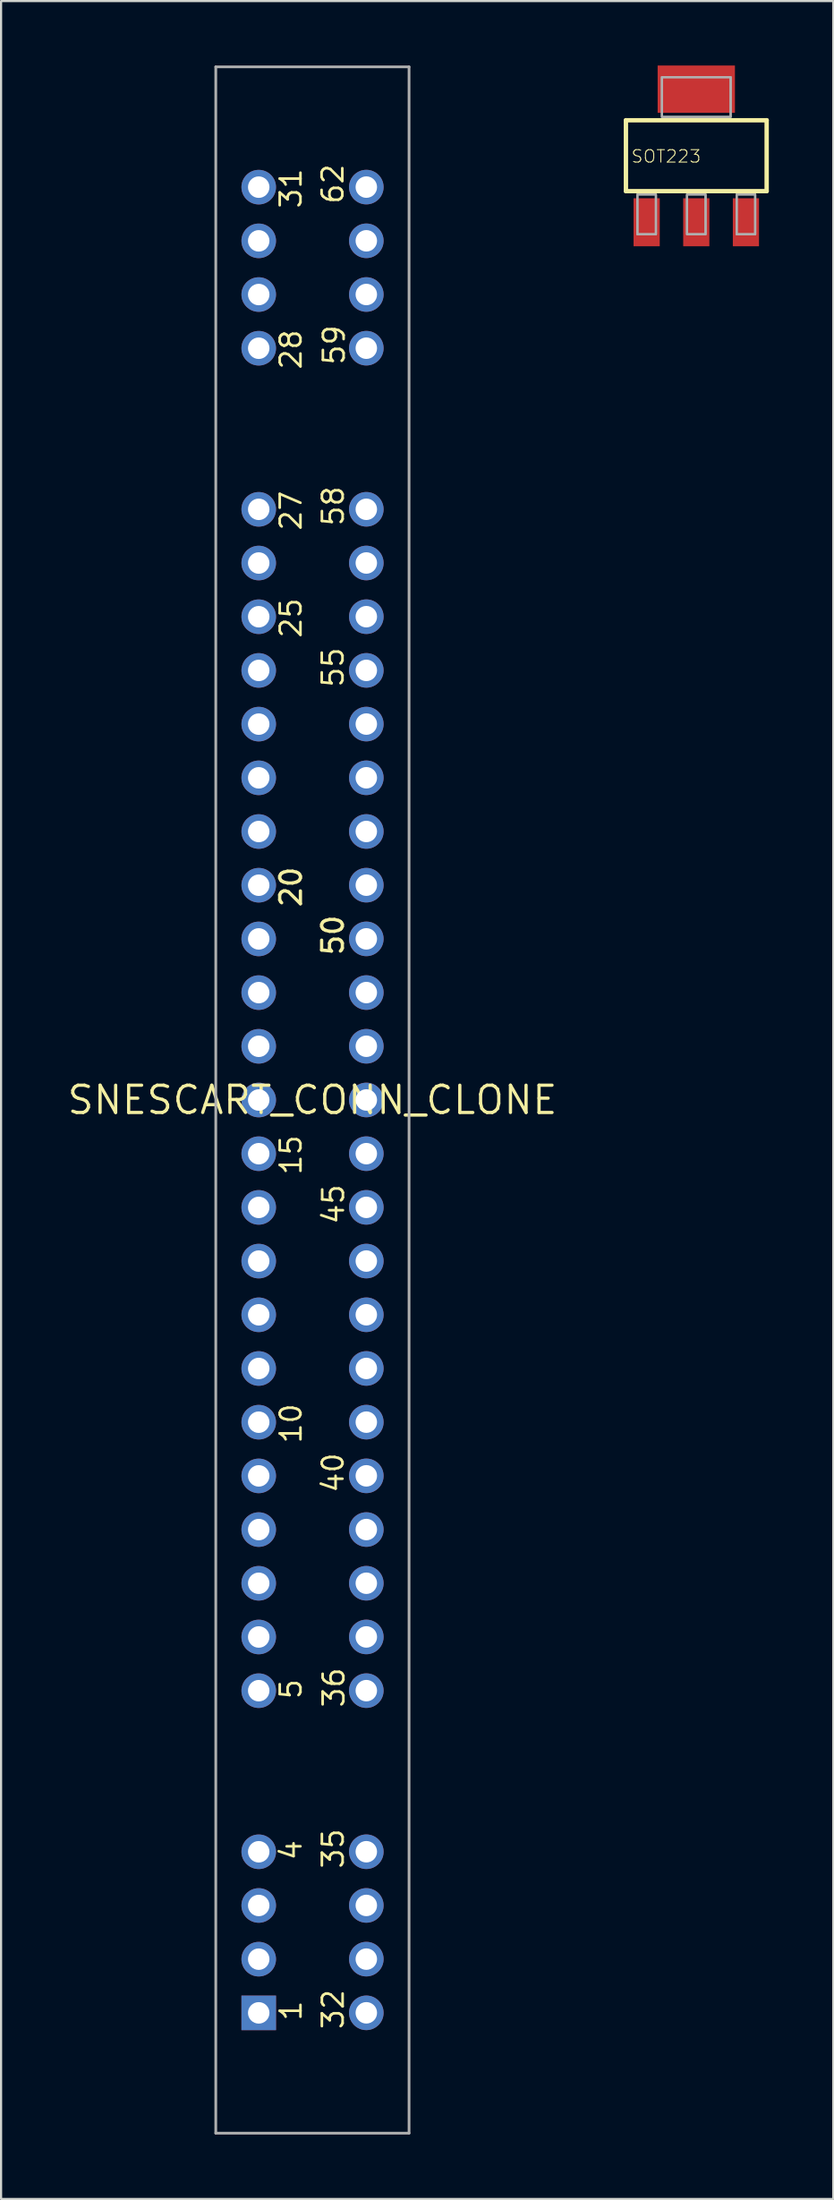
<source format=kicad_pcb>
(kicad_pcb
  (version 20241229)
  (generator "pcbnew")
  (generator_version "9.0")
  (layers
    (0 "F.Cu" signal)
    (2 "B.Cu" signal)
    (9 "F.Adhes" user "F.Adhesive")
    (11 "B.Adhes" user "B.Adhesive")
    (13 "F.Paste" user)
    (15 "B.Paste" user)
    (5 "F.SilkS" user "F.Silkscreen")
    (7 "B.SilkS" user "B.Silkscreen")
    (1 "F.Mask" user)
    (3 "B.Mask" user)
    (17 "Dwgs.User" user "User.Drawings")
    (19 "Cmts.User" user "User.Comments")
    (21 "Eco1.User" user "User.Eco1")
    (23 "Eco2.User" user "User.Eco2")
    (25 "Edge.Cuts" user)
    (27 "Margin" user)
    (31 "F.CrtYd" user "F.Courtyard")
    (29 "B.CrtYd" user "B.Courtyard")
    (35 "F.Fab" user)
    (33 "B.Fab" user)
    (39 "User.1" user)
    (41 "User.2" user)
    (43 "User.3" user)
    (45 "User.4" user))
  (footprint "SOT223"
    (layer "F.Cu")
    (at 29.374 4.199)
    (property "Reference" "SOT223" (at -3.06 0.37 0) (layer "F.SilkS") (effects (font (size 0.579 0.579) (thickness 0.046)) (justify left bottom)))
    (attr through_hole)
    (fp_line (start -3.277 -1.651) (end 3.277 -1.651) (stroke (width 0.203) (type solid)) (layer "F.SilkS"))
    (fp_line (start -3.277 1.651) (end -3.277 -1.651) (stroke (width 0.203) (type solid)) (layer "F.SilkS"))
    (fp_line (start 3.277 -1.651) (end 3.277 1.651) (stroke (width 0.203) (type solid)) (layer "F.SilkS"))
    (fp_line (start 3.277 1.651) (end -3.277 1.651) (stroke (width 0.203) (type solid)) (layer "F.SilkS"))
    (fp_poly (pts (xy -2.743 3.658) (xy -1.88 3.658) (xy -1.88 1.803) (xy -2.743 1.803)) (stroke (width 0.1) (type solid)) (fill no) (layer "F.Fab"))
    (fp_poly (pts (xy -2.743 3.658) (xy -1.88 3.658) (xy -1.88 1.803) (xy -2.743 1.803)) (stroke (width 0.1) (type solid)) (fill no) (layer "F.Fab"))
    (fp_poly (pts (xy -1.6 -1.803) (xy 1.6 -1.803) (xy 1.6 -3.658) (xy -1.6 -3.658)) (stroke (width 0.1) (type solid)) (fill no) (layer "F.Fab"))
    (fp_poly (pts (xy -1.6 -1.803) (xy 1.6 -1.803) (xy 1.6 -3.658) (xy -1.6 -3.658)) (stroke (width 0.1) (type solid)) (fill no) (layer "F.Fab"))
    (fp_poly (pts (xy -0.432 3.658) (xy 0.432 3.658) (xy 0.432 1.803) (xy -0.432 1.803)) (stroke (width 0.1) (type solid)) (fill no) (layer "F.Fab"))
    (fp_poly (pts (xy -0.432 3.658) (xy 0.432 3.658) (xy 0.432 1.803) (xy -0.432 1.803)) (stroke (width 0.1) (type solid)) (fill no) (layer "F.Fab"))
    (fp_poly (pts (xy 1.88 3.658) (xy 2.743 3.658) (xy 2.743 1.803) (xy 1.88 1.803)) (stroke (width 0.1) (type solid)) (fill no) (layer "F.Fab"))
    (fp_poly (pts (xy 1.88 3.658) (xy 2.743 3.658) (xy 2.743 1.803) (xy 1.88 1.803)) (stroke (width 0.1) (type solid)) (fill no) (layer "F.Fab"))
    (pad "1" smd rect (at -2.311 3.099) (size 1.219 2.235) (layers "F.Cu" "F.Mask" "F.Paste"))
    (pad "2" smd rect (at 0 3.099) (size 1.219 2.235) (layers "F.Cu" "F.Mask" "F.Paste"))
    (pad "3" smd rect (at 2.311 3.099) (size 1.219 2.235) (layers "F.Cu" "F.Mask" "F.Paste"))
    (pad "4" smd rect (at 0 -3.099) (size 3.6 2.2) (layers "F.Cu" "F.Mask" "F.Paste")))
  (footprint "SNESCART_CONN_CLONE"
    (layer "F.Cu")
    (at 11.498 48.163)
    (property "Reference" "SNESCART_CONN_CLONE" (at 0 0 0) (layer "F.SilkS") (effects (font (size 1.27 1.27) (thickness 0.15))))
    (attr through_hole)
    (fp_line (start -4.5 -48.1) (end -4.5 48.1) (stroke (width 0.127) (type solid)) (layer "F.Fab"))
    (fp_line (start -4.5 48.1) (end 4.5 48.1) (stroke (width 0.127) (type solid)) (layer "F.Fab"))
    (fp_line (start 4.5 -48.1) (end -4.5 -48.1) (stroke (width 0.127) (type solid)) (layer "F.Fab"))
    (fp_line (start 4.5 48.1) (end 4.5 -48.1) (stroke (width 0.127) (type solid)) (layer "F.Fab"))
    (fp_text user "45" (at 1.544 5.854 90) (layer "F.SilkS") (effects (font (size 0.965 0.965) (thickness 0.122)) (justify left bottom)))
    (fp_text user "62" (at 1.516 -41.65 90) (layer "F.SilkS") (effects (font (size 0.965 0.965) (thickness 0.122)) (justify left bottom)))
    (fp_text user "36" (at 1.565 28.355 90) (layer "F.SilkS") (effects (font (size 0.965 0.965) (thickness 0.122)) (justify left bottom)))
    (fp_text user "31" (at -1.562 -43.438 90) (layer "F.SilkS") (effects (font (size 0.965 0.965) (thickness 0.122)) (justify right top)))
    (fp_text user "58" (at 1.532 -26.651 90) (layer "F.SilkS") (effects (font (size 0.965 0.965) (thickness 0.122)) (justify left bottom)))
    (fp_text user "40" (at 1.524 18.355 90) (layer "F.SilkS") (effects (font (size 0.965 0.965) (thickness 0.122)) (justify left bottom)))
    (fp_text user "50" (at 1.52 -6.652 90) (layer "F.SilkS") (effects (font (size 0.965 0.965) (thickness 0.152)) (justify left bottom)))
    (fp_text user "1" (at -1.562 41.862 90) (layer "F.SilkS") (effects (font (size 0.965 0.965) (thickness 0.122)) (justify right top)))
    (fp_text user "28" (at -1.562 -35.938 90) (layer "F.SilkS") (effects (font (size 0.965 0.965) (thickness 0.122)) (justify right top)))
    (fp_text user "20" (at -1.562 -10.938 90) (layer "F.SilkS") (effects (font (size 0.965 0.965) (thickness 0.152)) (justify right top)))
    (fp_text user "35" (at 1.53 35.855 90) (layer "F.SilkS") (effects (font (size 0.965 0.965) (thickness 0.122)) (justify left bottom)))
    (fp_text user "25" (at -1.562 -23.438 90) (layer "F.SilkS") (effects (font (size 0.965 0.965) (thickness 0.122)) (justify right top)))
    (fp_text user "4" (at -1.562 34.388 90) (layer "F.SilkS") (effects (font (size 0.965 0.965) (thickness 0.122)) (justify right top)))
    (fp_text user "59" (at 1.577 -34.151 90) (layer "F.SilkS") (effects (font (size 0.965 0.965) (thickness 0.122)) (justify left bottom)))
    (fp_text user "55" (at 1.524 -19.142 90) (layer "F.SilkS") (effects (font (size 0.965 0.965) (thickness 0.122)) (justify left bottom)))
    (fp_text user "32" (at 1.53 43.334 90) (layer "F.SilkS") (effects (font (size 0.965 0.965) (thickness 0.122)) (justify left bottom)))
    (fp_text user "10" (at -1.562 14.062 90) (layer "F.SilkS") (effects (font (size 0.965 0.965) (thickness 0.122)) (justify right top)))
    (fp_text user "5" (at -1.562 26.887 90) (layer "F.SilkS") (effects (font (size 0.965 0.965) (thickness 0.122)) (justify right top)))
    (fp_text user "15" (at -1.562 1.562 90) (layer "F.SilkS") (effects (font (size 0.965 0.965) (thickness 0.122)) (justify right top)))
    (fp_text user "27" (at -1.562 -28.438 90) (layer "F.SilkS") (effects (font (size 0.965 0.965) (thickness 0.122)) (justify right top)))
    (pad "1" thru_hole rect (at -2.5 42.5) (size 1.61 1.61) (drill 1) (layers "*.Cu" "*.Mask"))
    (pad "2" thru_hole circle (at -2.5 40) (size 1.61 1.61) (drill 1) (layers "*.Cu" "*.Mask"))
    (pad "3" thru_hole circle (at -2.5 37.5) (size 1.61 1.61) (drill 1) (layers "*.Cu" "*.Mask"))
    (pad "4" thru_hole circle (at -2.5 35) (size 1.61 1.61) (drill 1) (layers "*.Cu" "*.Mask"))
    (pad "5" thru_hole circle (at -2.5 27.5) (size 1.61 1.61) (drill 1) (layers "*.Cu" "*.Mask"))
    (pad "6" thru_hole circle (at -2.5 25) (size 1.61 1.61) (drill 1) (layers "*.Cu" "*.Mask"))
    (pad "7" thru_hole circle (at -2.5 22.5) (size 1.61 1.61) (drill 1) (layers "*.Cu" "*.Mask"))
    (pad "8" thru_hole circle (at -2.5 20) (size 1.61 1.61) (drill 1) (layers "*.Cu" "*.Mask"))
    (pad "9" thru_hole circle (at -2.5 17.5) (size 1.61 1.61) (drill 1) (layers "*.Cu" "*.Mask"))
    (pad "10" thru_hole circle (at -2.5 15) (size 1.61 1.61) (drill 1) (layers "*.Cu" "*.Mask"))
    (pad "11" thru_hole circle (at -2.5 12.5) (size 1.61 1.61) (drill 1) (layers "*.Cu" "*.Mask"))
    (pad "12" thru_hole circle (at -2.5 10) (size 1.61 1.61) (drill 1) (layers "*.Cu" "*.Mask"))
    (pad "13" thru_hole circle (at -2.5 7.5) (size 1.61 1.61) (drill 1) (layers "*.Cu" "*.Mask"))
    (pad "14" thru_hole circle (at -2.5 5) (size 1.61 1.61) (drill 1) (layers "*.Cu" "*.Mask"))
    (pad "15" thru_hole circle (at -2.5 2.5) (size 1.61 1.61) (drill 1) (layers "*.Cu" "*.Mask"))
    (pad "16" thru_hole circle (at -2.5 0) (size 1.61 1.61) (drill 1) (layers "*.Cu" "*.Mask"))
    (pad "17" thru_hole circle (at -2.5 -2.5) (size 1.61 1.61) (drill 1) (layers "*.Cu" "*.Mask"))
    (pad "18" thru_hole circle (at -2.5 -5) (size 1.61 1.61) (drill 1) (layers "*.Cu" "*.Mask"))
    (pad "19" thru_hole circle (at -2.5 -7.5) (size 1.61 1.61) (drill 1) (layers "*.Cu" "*.Mask"))
    (pad "20" thru_hole circle (at -2.5 -10) (size 1.61 1.61) (drill 1) (layers "*.Cu" "*.Mask"))
    (pad "21" thru_hole circle (at -2.5 -12.5) (size 1.61 1.61) (drill 1) (layers "*.Cu" "*.Mask"))
    (pad "22" thru_hole circle (at -2.5 -15) (size 1.61 1.61) (drill 1) (layers "*.Cu" "*.Mask"))
    (pad "23" thru_hole circle (at -2.5 -17.5) (size 1.61 1.61) (drill 1) (layers "*.Cu" "*.Mask"))
    (pad "24" thru_hole circle (at -2.5 -20) (size 1.61 1.61) (drill 1) (layers "*.Cu" "*.Mask"))
    (pad "25" thru_hole circle (at -2.5 -22.5) (size 1.61 1.61) (drill 1) (layers "*.Cu" "*.Mask"))
    (pad "26" thru_hole circle (at -2.5 -25) (size 1.61 1.61) (drill 1) (layers "*.Cu" "*.Mask"))
    (pad "27" thru_hole circle (at -2.5 -27.5) (size 1.61 1.61) (drill 1) (layers "*.Cu" "*.Mask"))
    (pad "28" thru_hole circle (at -2.5 -35) (size 1.61 1.61) (drill 1) (layers "*.Cu" "*.Mask"))
    (pad "29" thru_hole circle (at -2.5 -37.5) (size 1.61 1.61) (drill 1) (layers "*.Cu" "*.Mask"))
    (pad "30" thru_hole circle (at -2.5 -40) (size 1.61 1.61) (drill 1) (layers "*.Cu" "*.Mask"))
    (pad "31" thru_hole circle (at -2.5 -42.5) (size 1.61 1.61) (drill 1) (layers "*.Cu" "*.Mask"))
    (pad "63" thru_hole circle (at 2.51 -0.002 180) (size 1.61 1.61) (drill 1) (layers "*.Cu" "*.Mask"))
    (pad "64" thru_hole circle (at 2.51 2.498 180) (size 1.61 1.61) (drill 1) (layers "*.Cu" "*.Mask"))
    (pad "65" thru_hole circle (at 2.51 4.998 180) (size 1.61 1.61) (drill 1) (layers "*.Cu" "*.Mask"))
    (pad "66" thru_hole circle (at 2.51 7.498 180) (size 1.61 1.61) (drill 1) (layers "*.Cu" "*.Mask"))
    (pad "67" thru_hole circle (at 2.51 9.998 180) (size 1.61 1.61) (drill 1) (layers "*.Cu" "*.Mask"))
    (pad "68" thru_hole circle (at 2.51 -2.502 180) (size 1.61 1.61) (drill 1) (layers "*.Cu" "*.Mask"))
    (pad "69" thru_hole circle (at 2.51 -5.002 180) (size 1.61 1.61) (drill 1) (layers "*.Cu" "*.Mask"))
    (pad "70" thru_hole circle (at 2.51 -7.502 180) (size 1.61 1.61) (drill 1) (layers "*.Cu" "*.Mask"))
    (pad "71" thru_hole circle (at 2.51 -10.002 180) (size 1.61 1.61) (drill 1) (layers "*.Cu" "*.Mask"))
    (pad "72" thru_hole circle (at 2.51 -12.502 180) (size 1.61 1.61) (drill 1) (layers "*.Cu" "*.Mask"))
    (pad "73" thru_hole circle (at 2.51 -15.002 180) (size 1.61 1.61) (drill 1) (layers "*.Cu" "*.Mask"))
    (pad "74" thru_hole circle (at 2.51 -17.502 180) (size 1.61 1.61) (drill 1) (layers "*.Cu" "*.Mask"))
    (pad "75" thru_hole circle (at 2.51 -20.002 180) (size 1.61 1.61) (drill 1) (layers "*.Cu" "*.Mask"))
    (pad "76" thru_hole circle (at 2.51 12.498 180) (size 1.61 1.61) (drill 1) (layers "*.Cu" "*.Mask"))
    (pad "77" thru_hole circle (at 2.51 14.998 180) (size 1.61 1.61) (drill 1) (layers "*.Cu" "*.Mask"))
    (pad "78" thru_hole circle (at 2.51 17.498 180) (size 1.61 1.61) (drill 1) (layers "*.Cu" "*.Mask"))
    (pad "79" thru_hole circle (at 2.51 19.998 180) (size 1.61 1.61) (drill 1) (layers "*.Cu" "*.Mask"))
    (pad "80" thru_hole circle (at 2.51 22.498 180) (size 1.61 1.61) (drill 1) (layers "*.Cu" "*.Mask"))
    (pad "81" thru_hole circle (at 2.51 -22.502 180) (size 1.61 1.61) (drill 1) (layers "*.Cu" "*.Mask"))
    (pad "82" thru_hole circle (at 2.51 -25.002 180) (size 1.61 1.61) (drill 1) (layers "*.Cu" "*.Mask"))
    (pad "83" thru_hole circle (at 2.51 -27.502 180) (size 1.61 1.61) (drill 1) (layers "*.Cu" "*.Mask"))
    (pad "84" thru_hole circle (at 2.51 27.498 180) (size 1.61 1.61) (drill 1) (layers "*.Cu" "*.Mask"))
    (pad "85" thru_hole circle (at 2.51 24.998 180) (size 1.61 1.61) (drill 1) (layers "*.Cu" "*.Mask"))
    (pad "86" thru_hole circle (at 2.51 34.998 180) (size 1.61 1.61) (drill 1) (layers "*.Cu" "*.Mask"))
    (pad "87" thru_hole circle (at 2.51 37.498 180) (size 1.61 1.61) (drill 1) (layers "*.Cu" "*.Mask"))
    (pad "88" thru_hole circle (at 2.51 39.998 180) (size 1.61 1.61) (drill 1) (layers "*.Cu" "*.Mask"))
    (pad "89" thru_hole circle (at 2.51 42.498 180) (size 1.61 1.61) (drill 1) (layers "*.Cu" "*.Mask"))
    (pad "90" thru_hole circle (at 2.51 -35.002 180) (size 1.61 1.61) (drill 1) (layers "*.Cu" "*.Mask"))
    (pad "91" thru_hole circle (at 2.51 -37.502 180) (size 1.61 1.61) (drill 1) (layers "*.Cu" "*.Mask"))
    (pad "92" thru_hole circle (at 2.51 -40.002 180) (size 1.61 1.61) (drill 1) (layers "*.Cu" "*.Mask"))
    (pad "93" thru_hole circle (at 2.51 -42.502 180) (size 1.61 1.61) (drill 1) (layers "*.Cu" "*.Mask")))
  (gr_rect
    (start -3 -3)
    (end 35.752 99.327)
    (stroke (width 0.1) (type default))
    (fill no)
    (layer "Edge.Cuts")))
</source>
